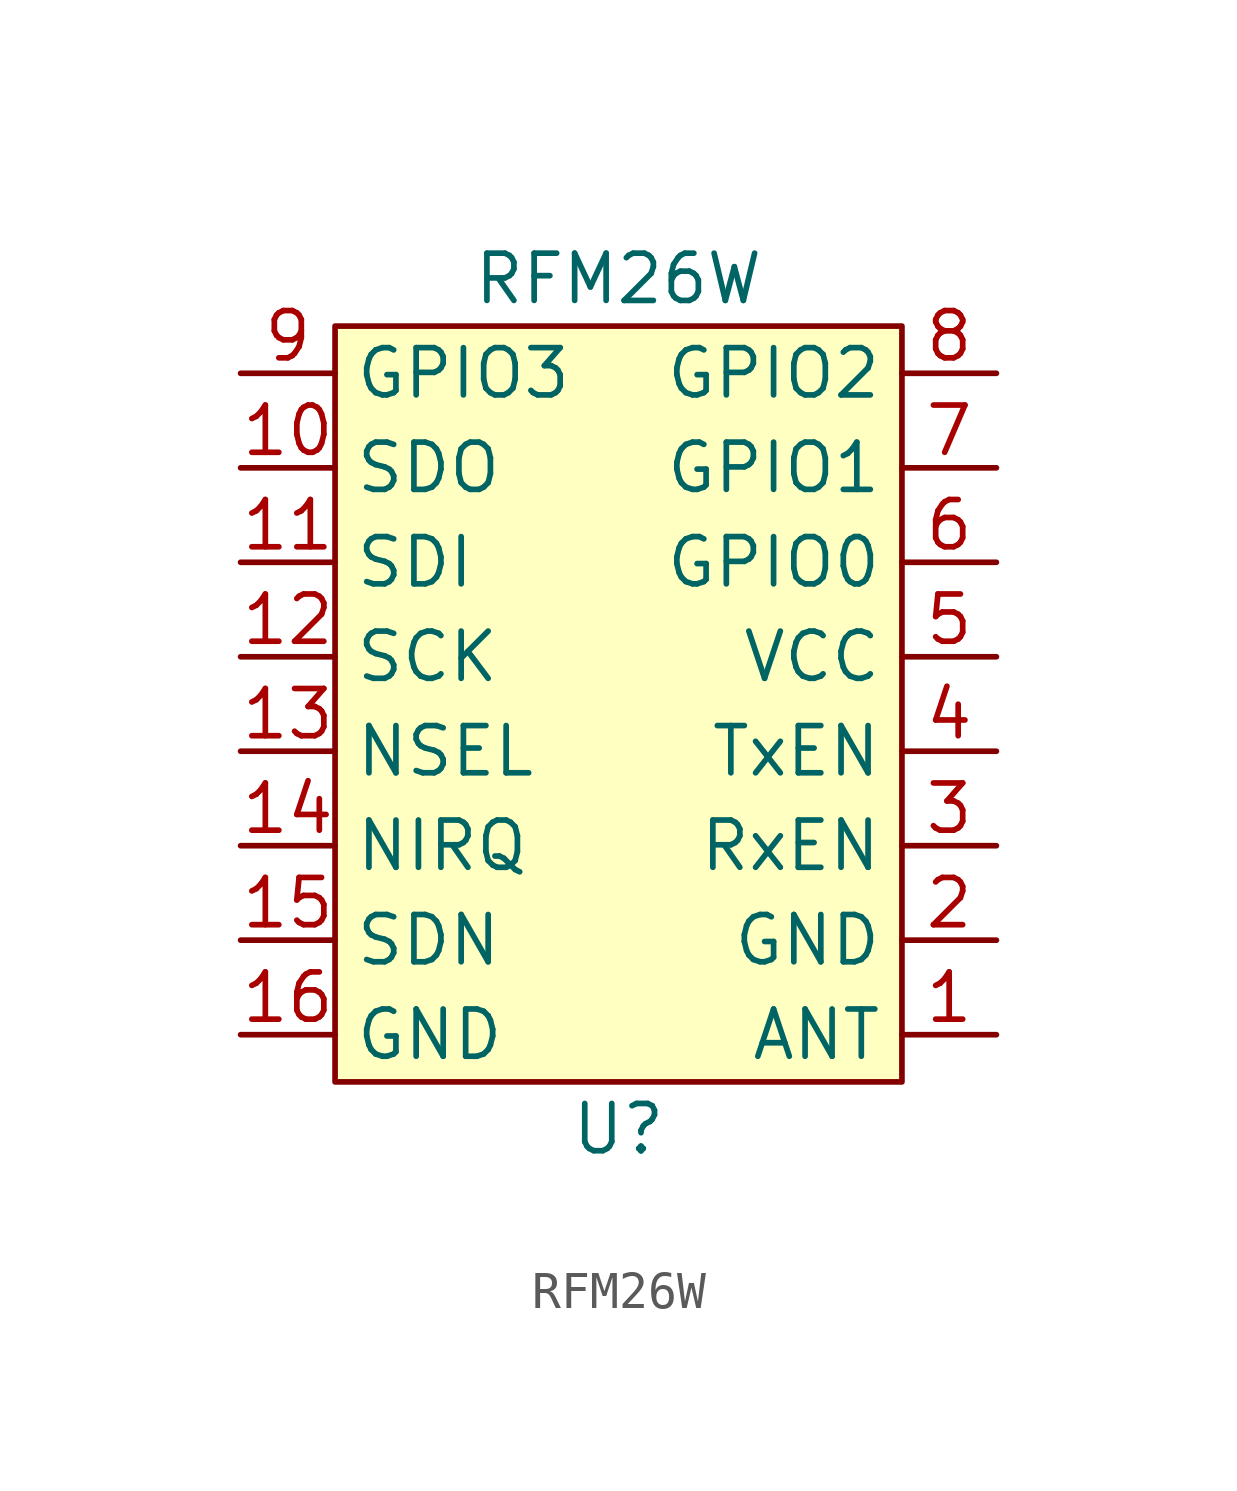
<source format=kicad_sym>
(kicad_symbol_lib
  (version 20211014)
  (generator kicad_symbol_editor)
  (symbol "RFM26W"
    (property "Reference" "U"
      (at -10.16 -2.54 0)
      (effects (font (size 1.27 1.27))))
    (property "Value" "RFM26W"
      (at -10.16 20.32 0)
      (effects (font (size 1.27 1.27))))
    (symbol "RFM26W_0_1"
      (rectangle (start -17.78 19.05) (end -2.54 -1.27) (stroke (width 0) (type default) (color 0 0 0 0)) (fill (type background))))
    (symbol "RFM26W_1_1"
      (pin passive line (at 0 0 180) (length 2.54) (name "ANT" (effects (font (size 1.27 1.27)))) (number "1" (effects (font (size 1.27 1.27)))))
      (pin output line (at -20.32 15.24 0) (length 2.54) (name "SDO" (effects (font (size 1.27 1.27)))) (number "10" (effects (font (size 1.27 1.27)))))
      (pin input line (at -20.32 12.7 0) (length 2.54) (name "SDI" (effects (font (size 1.27 1.27)))) (number "11" (effects (font (size 1.27 1.27)))))
      (pin input line (at -20.32 10.16 0) (length 2.54) (name "SCK" (effects (font (size 1.27 1.27)))) (number "12" (effects (font (size 1.27 1.27)))))
      (pin input line (at -20.32 7.62 0) (length 2.54) (name "NSEL" (effects (font (size 1.27 1.27)))) (number "13" (effects (font (size 1.27 1.27)))))
      (pin output line (at -20.32 5.08 0) (length 2.54) (name "NIRQ" (effects (font (size 1.27 1.27)))) (number "14" (effects (font (size 1.27 1.27)))))
      (pin input line (at -20.32 2.54 0) (length 2.54) (name "SDN" (effects (font (size 1.27 1.27)))) (number "15" (effects (font (size 1.27 1.27)))))
      (pin power_in line (at -20.32 0 0) (length 2.54) (name "GND" (effects (font (size 1.27 1.27)))) (number "16" (effects (font (size 1.27 1.27)))))
      (pin power_in line (at 0 2.54 180) (length 2.54) (name "GND" (effects (font (size 1.27 1.27)))) (number "2" (effects (font (size 1.27 1.27)))))
      (pin input line (at 0 5.08 180) (length 2.54) (name "RxEN" (effects (font (size 1.27 1.27)))) (number "3" (effects (font (size 1.27 1.27)))))
      (pin input line (at 0 7.62 180) (length 2.54) (name "TxEN" (effects (font (size 1.27 1.27)))) (number "4" (effects (font (size 1.27 1.27)))))
      (pin power_in line (at 0 10.16 180) (length 2.54) (name "VCC" (effects (font (size 1.27 1.27)))) (number "5" (effects (font (size 1.27 1.27)))))
      (pin bidirectional line (at 0 12.7 180) (length 2.54) (name "GPIO0" (effects (font (size 1.27 1.27)))) (number "6" (effects (font (size 1.27 1.27)))))
      (pin bidirectional line (at 0 15.24 180) (length 2.54) (name "GPIO1" (effects (font (size 1.27 1.27)))) (number "7" (effects (font (size 1.27 1.27)))))
      (pin bidirectional line (at 0 17.78 180) (length 2.54) (name "GPIO2" (effects (font (size 1.27 1.27)))) (number "8" (effects (font (size 1.27 1.27)))))
      (pin bidirectional line (at -20.32 17.78 0) (length 2.54) (name "GPIO3" (effects (font (size 1.27 1.27)))) (number "9" (effects (font (size 1.27 1.27))))))))
</source>
